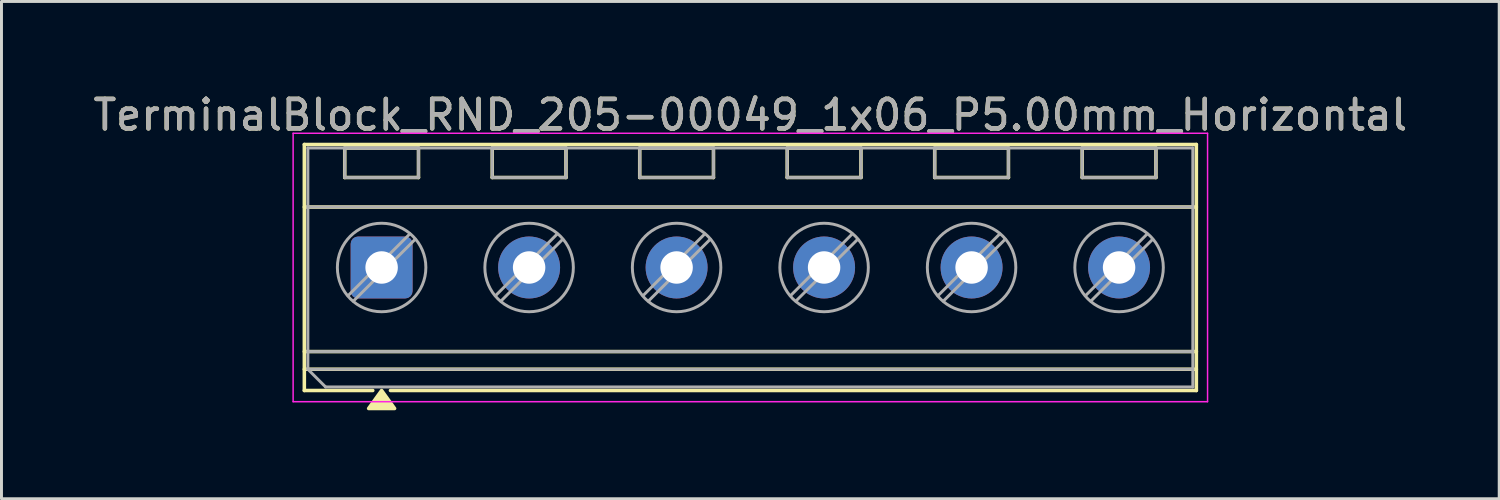
<source format=kicad_pcb>
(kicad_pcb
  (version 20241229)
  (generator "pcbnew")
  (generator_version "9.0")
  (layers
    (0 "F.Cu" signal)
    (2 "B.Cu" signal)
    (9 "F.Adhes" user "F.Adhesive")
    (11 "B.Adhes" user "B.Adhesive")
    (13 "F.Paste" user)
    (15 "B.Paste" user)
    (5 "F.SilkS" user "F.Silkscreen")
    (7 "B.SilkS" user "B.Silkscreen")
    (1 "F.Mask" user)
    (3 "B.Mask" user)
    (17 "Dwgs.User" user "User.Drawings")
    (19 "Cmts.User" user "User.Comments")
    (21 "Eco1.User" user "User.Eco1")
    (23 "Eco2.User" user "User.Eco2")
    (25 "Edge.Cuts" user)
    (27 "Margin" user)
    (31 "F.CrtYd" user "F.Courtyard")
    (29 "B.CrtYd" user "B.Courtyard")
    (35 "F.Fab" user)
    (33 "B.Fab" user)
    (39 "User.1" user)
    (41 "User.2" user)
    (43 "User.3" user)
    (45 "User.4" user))
  (footprint "TerminalBlock_RND_205-00049_1x06_P5.00mm_Horizontal"
    (layer "F.Cu")
    (at 9.887 6.018)
    (property "Reference" "TerminalBlock_RND_205-00049_1x06_P5.00mm_Horizontal" (at 12.5 -5.17 0) (layer "F.SilkS") (effects (font (size 1 1) (thickness 0.15))))
    (attr through_hole)
    (fp_line (start -2.62 -4.17) (end 27.62 -4.17) (stroke (width 0.12) (type solid)) (layer "F.SilkS"))
    (fp_line (start -2.62 -2.05) (end 27.62 -2.05) (stroke (width 0.12) (type solid)) (layer "F.SilkS"))
    (fp_line (start -2.62 2.85) (end 27.62 2.85) (stroke (width 0.12) (type solid)) (layer "F.SilkS"))
    (fp_line (start -2.62 3.45) (end 27.62 3.45) (stroke (width 0.12) (type solid)) (layer "F.SilkS"))
    (fp_line (start -2.62 4.17) (end -2.62 -4.17) (stroke (width 0.12) (type solid)) (layer "F.SilkS"))
    (fp_line (start -1.25 -4.05) (end 1.25 -4.05) (stroke (width 0.12) (type solid)) (layer "F.SilkS"))
    (fp_line (start -1.25 -3.05) (end -1.25 -4.05) (stroke (width 0.12) (type solid)) (layer "F.SilkS"))
    (fp_line (start -0.3 4.17) (end -2.62 4.17) (stroke (width 0.12) (type solid)) (layer "F.SilkS"))
    (fp_line (start 1.25 -4.05) (end 1.25 -3.05) (stroke (width 0.12) (type solid)) (layer "F.SilkS"))
    (fp_line (start 1.25 -3.05) (end -1.25 -3.05) (stroke (width 0.12) (type solid)) (layer "F.SilkS"))
    (fp_line (start 3.75 -4.05) (end 6.25 -4.05) (stroke (width 0.12) (type solid)) (layer "F.SilkS"))
    (fp_line (start 3.75 -3.05) (end 3.75 -4.05) (stroke (width 0.12) (type solid)) (layer "F.SilkS"))
    (fp_line (start 6.25 -4.05) (end 6.25 -3.05) (stroke (width 0.12) (type solid)) (layer "F.SilkS"))
    (fp_line (start 6.25 -3.05) (end 3.75 -3.05) (stroke (width 0.12) (type solid)) (layer "F.SilkS"))
    (fp_line (start 8.75 -4.05) (end 11.25 -4.05) (stroke (width 0.12) (type solid)) (layer "F.SilkS"))
    (fp_line (start 8.75 -3.05) (end 8.75 -4.05) (stroke (width 0.12) (type solid)) (layer "F.SilkS"))
    (fp_line (start 11.25 -4.05) (end 11.25 -3.05) (stroke (width 0.12) (type solid)) (layer "F.SilkS"))
    (fp_line (start 11.25 -3.05) (end 8.75 -3.05) (stroke (width 0.12) (type solid)) (layer "F.SilkS"))
    (fp_line (start 13.75 -4.05) (end 16.25 -4.05) (stroke (width 0.12) (type solid)) (layer "F.SilkS"))
    (fp_line (start 13.75 -3.05) (end 13.75 -4.05) (stroke (width 0.12) (type solid)) (layer "F.SilkS"))
    (fp_line (start 16.25 -4.05) (end 16.25 -3.05) (stroke (width 0.12) (type solid)) (layer "F.SilkS"))
    (fp_line (start 16.25 -3.05) (end 13.75 -3.05) (stroke (width 0.12) (type solid)) (layer "F.SilkS"))
    (fp_line (start 18.75 -4.05) (end 21.25 -4.05) (stroke (width 0.12) (type solid)) (layer "F.SilkS"))
    (fp_line (start 18.75 -3.05) (end 18.75 -4.05) (stroke (width 0.12) (type solid)) (layer "F.SilkS"))
    (fp_line (start 21.25 -4.05) (end 21.25 -3.05) (stroke (width 0.12) (type solid)) (layer "F.SilkS"))
    (fp_line (start 21.25 -3.05) (end 18.75 -3.05) (stroke (width 0.12) (type solid)) (layer "F.SilkS"))
    (fp_line (start 23.75 -4.05) (end 26.25 -4.05) (stroke (width 0.12) (type solid)) (layer "F.SilkS"))
    (fp_line (start 23.75 -3.05) (end 23.75 -4.05) (stroke (width 0.12) (type solid)) (layer "F.SilkS"))
    (fp_line (start 26.25 -4.05) (end 26.25 -3.05) (stroke (width 0.12) (type solid)) (layer "F.SilkS"))
    (fp_line (start 26.25 -3.05) (end 23.75 -3.05) (stroke (width 0.12) (type solid)) (layer "F.SilkS"))
    (fp_line (start 27.62 -4.17) (end 27.62 4.17) (stroke (width 0.12) (type solid)) (layer "F.SilkS"))
    (fp_line (start 27.62 4.17) (end 0.3 4.17) (stroke (width 0.12) (type solid)) (layer "F.SilkS"))
    (fp_poly (pts (xy 0 4.17) (xy 0.44 4.78) (xy -0.44 4.78)) (stroke (width 0.12) (type solid)) (fill yes) (layer "F.SilkS"))
    (fp_line (start -3 -4.55) (end -3 4.55) (stroke (width 0.05) (type solid)) (layer "F.CrtYd"))
    (fp_line (start -3 4.55) (end 28 4.55) (stroke (width 0.05) (type solid)) (layer "F.CrtYd"))
    (fp_line (start 28 -4.55) (end -3 -4.55) (stroke (width 0.05) (type solid)) (layer "F.CrtYd"))
    (fp_line (start 28 4.55) (end 28 -4.55) (stroke (width 0.05) (type solid)) (layer "F.CrtYd"))
    (fp_line (start -2.5 -4.05) (end 27.5 -4.05) (stroke (width 0.1) (type solid)) (layer "F.Fab"))
    (fp_line (start -2.5 -2.05) (end 27.5 -2.05) (stroke (width 0.1) (type solid)) (layer "F.Fab"))
    (fp_line (start -2.5 2.85) (end 27.5 2.85) (stroke (width 0.1) (type solid)) (layer "F.Fab"))
    (fp_line (start -2.5 3.45) (end -2.5 -4.05) (stroke (width 0.1) (type solid)) (layer "F.Fab"))
    (fp_line (start -2.5 3.45) (end 27.5 3.45) (stroke (width 0.1) (type solid)) (layer "F.Fab"))
    (fp_line (start -1.9 4.05) (end -2.5 3.45) (stroke (width 0.1) (type solid)) (layer "F.Fab"))
    (fp_line (start -1.25 -4.05) (end -1.25 -3.05) (stroke (width 0.1) (type solid)) (layer "F.Fab"))
    (fp_line (start -1.25 -3.05) (end 1.25 -3.05) (stroke (width 0.1) (type solid)) (layer "F.Fab"))
    (fp_line (start 0.955 -1.138) (end -1.138 0.955) (stroke (width 0.1) (type solid)) (layer "F.Fab"))
    (fp_line (start 1.138 -0.955) (end -0.955 1.138) (stroke (width 0.1) (type solid)) (layer "F.Fab"))
    (fp_line (start 1.25 -4.05) (end -1.25 -4.05) (stroke (width 0.1) (type solid)) (layer "F.Fab"))
    (fp_line (start 1.25 -3.05) (end 1.25 -4.05) (stroke (width 0.1) (type solid)) (layer "F.Fab"))
    (fp_line (start 3.75 -4.05) (end 3.75 -3.05) (stroke (width 0.1) (type solid)) (layer "F.Fab"))
    (fp_line (start 3.75 -3.05) (end 6.25 -3.05) (stroke (width 0.1) (type solid)) (layer "F.Fab"))
    (fp_line (start 5.955 -1.138) (end 3.862 0.955) (stroke (width 0.1) (type solid)) (layer "F.Fab"))
    (fp_line (start 6.138 -0.955) (end 4.045 1.138) (stroke (width 0.1) (type solid)) (layer "F.Fab"))
    (fp_line (start 6.25 -4.05) (end 3.75 -4.05) (stroke (width 0.1) (type solid)) (layer "F.Fab"))
    (fp_line (start 6.25 -3.05) (end 6.25 -4.05) (stroke (width 0.1) (type solid)) (layer "F.Fab"))
    (fp_line (start 8.75 -4.05) (end 8.75 -3.05) (stroke (width 0.1) (type solid)) (layer "F.Fab"))
    (fp_line (start 8.75 -3.05) (end 11.25 -3.05) (stroke (width 0.1) (type solid)) (layer "F.Fab"))
    (fp_line (start 10.955 -1.138) (end 8.862 0.955) (stroke (width 0.1) (type solid)) (layer "F.Fab"))
    (fp_line (start 11.138 -0.955) (end 9.045 1.138) (stroke (width 0.1) (type solid)) (layer "F.Fab"))
    (fp_line (start 11.25 -4.05) (end 8.75 -4.05) (stroke (width 0.1) (type solid)) (layer "F.Fab"))
    (fp_line (start 11.25 -3.05) (end 11.25 -4.05) (stroke (width 0.1) (type solid)) (layer "F.Fab"))
    (fp_line (start 13.75 -4.05) (end 13.75 -3.05) (stroke (width 0.1) (type solid)) (layer "F.Fab"))
    (fp_line (start 13.75 -3.05) (end 16.25 -3.05) (stroke (width 0.1) (type solid)) (layer "F.Fab"))
    (fp_line (start 15.955 -1.138) (end 13.862 0.955) (stroke (width 0.1) (type solid)) (layer "F.Fab"))
    (fp_line (start 16.138 -0.955) (end 14.045 1.138) (stroke (width 0.1) (type solid)) (layer "F.Fab"))
    (fp_line (start 16.25 -4.05) (end 13.75 -4.05) (stroke (width 0.1) (type solid)) (layer "F.Fab"))
    (fp_line (start 16.25 -3.05) (end 16.25 -4.05) (stroke (width 0.1) (type solid)) (layer "F.Fab"))
    (fp_line (start 18.75 -4.05) (end 18.75 -3.05) (stroke (width 0.1) (type solid)) (layer "F.Fab"))
    (fp_line (start 18.75 -3.05) (end 21.25 -3.05) (stroke (width 0.1) (type solid)) (layer "F.Fab"))
    (fp_line (start 20.955 -1.138) (end 18.862 0.955) (stroke (width 0.1) (type solid)) (layer "F.Fab"))
    (fp_line (start 21.138 -0.955) (end 19.045 1.138) (stroke (width 0.1) (type solid)) (layer "F.Fab"))
    (fp_line (start 21.25 -4.05) (end 18.75 -4.05) (stroke (width 0.1) (type solid)) (layer "F.Fab"))
    (fp_line (start 21.25 -3.05) (end 21.25 -4.05) (stroke (width 0.1) (type solid)) (layer "F.Fab"))
    (fp_line (start 23.75 -4.05) (end 23.75 -3.05) (stroke (width 0.1) (type solid)) (layer "F.Fab"))
    (fp_line (start 23.75 -3.05) (end 26.25 -3.05) (stroke (width 0.1) (type solid)) (layer "F.Fab"))
    (fp_line (start 25.955 -1.138) (end 23.862 0.955) (stroke (width 0.1) (type solid)) (layer "F.Fab"))
    (fp_line (start 26.138 -0.955) (end 24.045 1.138) (stroke (width 0.1) (type solid)) (layer "F.Fab"))
    (fp_line (start 26.25 -4.05) (end 23.75 -4.05) (stroke (width 0.1) (type solid)) (layer "F.Fab"))
    (fp_line (start 26.25 -3.05) (end 26.25 -4.05) (stroke (width 0.1) (type solid)) (layer "F.Fab"))
    (fp_line (start 27.5 -4.05) (end 27.5 4.05) (stroke (width 0.1) (type solid)) (layer "F.Fab"))
    (fp_line (start 27.5 4.05) (end -1.9 4.05) (stroke (width 0.1) (type solid)) (layer "F.Fab"))
    (fp_circle (center 0 0) (end 1.5 0) (stroke (width 0.1) (type solid)) (fill no) (layer "F.Fab"))
    (fp_circle (center 5 0) (end 6.5 0) (stroke (width 0.1) (type solid)) (fill no) (layer "F.Fab"))
    (fp_circle (center 10 0) (end 11.5 0) (stroke (width 0.1) (type solid)) (fill no) (layer "F.Fab"))
    (fp_circle (center 15 0) (end 16.5 0) (stroke (width 0.1) (type solid)) (fill no) (layer "F.Fab"))
    (fp_circle (center 20 0) (end 21.5 0) (stroke (width 0.1) (type solid)) (fill no) (layer "F.Fab"))
    (fp_circle (center 25 0) (end 26.5 0) (stroke (width 0.1) (type solid)) (fill no) (layer "F.Fab"))
    (fp_text user "${REFERENCE}" (at 12.5 -5.17 0) (layer "F.Fab") (effects (font (size 1 1) (thickness 0.15))))
    (pad "1" thru_hole roundrect (at 0 0) (size 2.1 2.1) (drill 1.1) (layers "*.Cu" "*.Mask") (roundrect_rratio 0.119))
    (pad "2" thru_hole circle (at 5 0) (size 2.1 2.1) (drill 1.1) (layers "*.Cu" "*.Mask"))
    (pad "3" thru_hole circle (at 10 0) (size 2.1 2.1) (drill 1.1) (layers "*.Cu" "*.Mask"))
    (pad "4" thru_hole circle (at 15 0) (size 2.1 2.1) (drill 1.1) (layers "*.Cu" "*.Mask"))
    (pad "5" thru_hole circle (at 20 0) (size 2.1 2.1) (drill 1.1) (layers "*.Cu" "*.Mask"))
    (pad "6" thru_hole circle (at 25 0) (size 2.1 2.1) (drill 1.1) (layers "*.Cu" "*.Mask")))
  (gr_rect
    (start -3 -3)
    (end 47.774 13.858)
    (stroke (width 0.1) (type default))
    (fill no)
    (layer "Edge.Cuts")))
</source>
